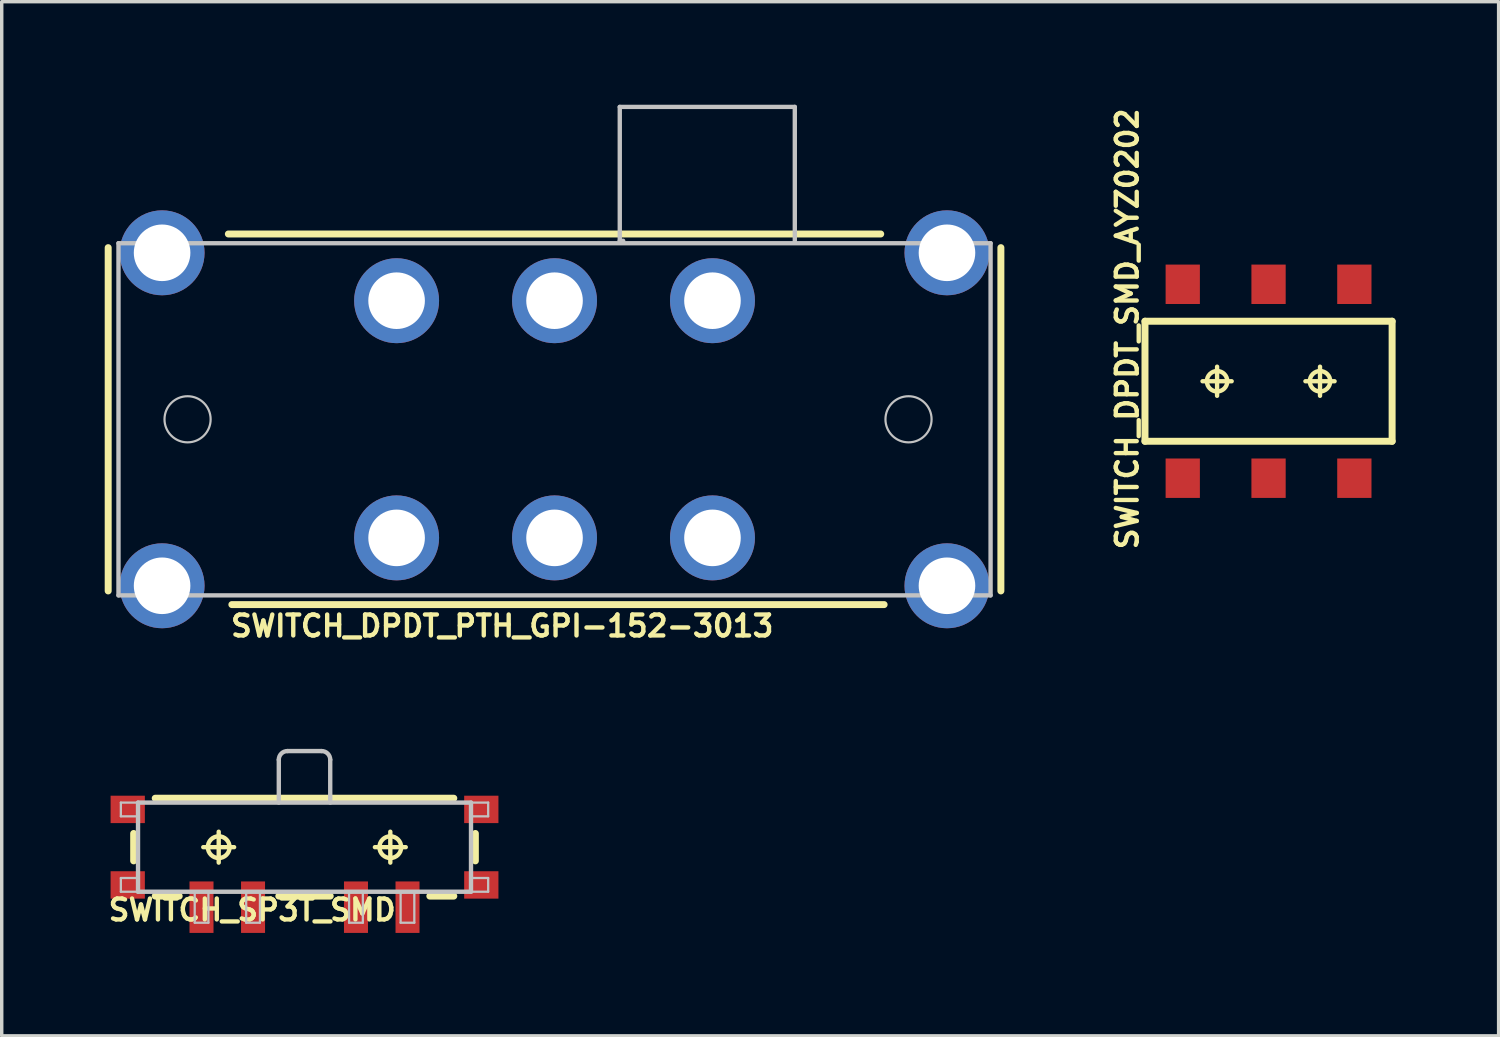
<source format=kicad_pcb>
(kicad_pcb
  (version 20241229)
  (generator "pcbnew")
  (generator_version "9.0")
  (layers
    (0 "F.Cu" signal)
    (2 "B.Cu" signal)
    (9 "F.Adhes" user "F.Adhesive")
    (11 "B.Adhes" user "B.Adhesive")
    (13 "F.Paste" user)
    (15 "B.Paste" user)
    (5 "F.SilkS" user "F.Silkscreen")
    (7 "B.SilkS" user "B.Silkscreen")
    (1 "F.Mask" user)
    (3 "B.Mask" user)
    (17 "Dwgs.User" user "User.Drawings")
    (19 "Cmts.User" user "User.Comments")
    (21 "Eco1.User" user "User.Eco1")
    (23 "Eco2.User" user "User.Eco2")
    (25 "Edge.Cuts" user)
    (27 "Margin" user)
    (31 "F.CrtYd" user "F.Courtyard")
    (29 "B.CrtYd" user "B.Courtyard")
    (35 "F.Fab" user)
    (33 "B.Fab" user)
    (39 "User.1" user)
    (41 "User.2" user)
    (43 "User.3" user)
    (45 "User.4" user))
  (footprint "SWITCH_DPDT_SMD_AYZ0202"
    (layer "F.Cu")
    (at 33.897 8.054)
    (property "Reference" "SWITCH_DPDT_SMD_AYZ0202" (at -4.115 -1.524 90) (layer "F.SilkS") (effects (font (size 0.61 0.61) (thickness 0.127))))
    (attr smd)
    (fp_line (start -3.599 -1.748) (end -3.599 1.748) (stroke (width 0.203) (type solid)) (layer "F.SilkS"))
    (fp_line (start -3.599 1.748) (end 3.599 1.748) (stroke (width 0.203) (type solid)) (layer "F.SilkS"))
    (fp_line (start -1.923 0) (end -1.074 0) (stroke (width 0.127) (type solid)) (layer "F.SilkS"))
    (fp_line (start -1.499 0.424) (end -1.499 -0.424) (stroke (width 0.127) (type solid)) (layer "F.SilkS"))
    (fp_line (start 1.074 0) (end 1.923 0) (stroke (width 0.127) (type solid)) (layer "F.SilkS"))
    (fp_line (start 1.499 0.424) (end 1.499 -0.424) (stroke (width 0.127) (type solid)) (layer "F.SilkS"))
    (fp_line (start 3.599 -1.748) (end -3.599 -1.748) (stroke (width 0.203) (type solid)) (layer "F.SilkS"))
    (fp_line (start 3.599 1.748) (end 3.599 -1.748) (stroke (width 0.203) (type solid)) (layer "F.SilkS"))
    (fp_circle (center -1.499 0) (end -1.709 0.211) (stroke (width 0.127) (type solid)) (fill no) (layer "F.SilkS"))
    (fp_circle (center 1.499 0) (end 1.709 0.211) (stroke (width 0.127) (type solid)) (fill no) (layer "F.SilkS"))
    (pad "1" smd rect (at -2.499 -2.824) (size 0.998 1.148) (layers "F.Cu" "F.Mask" "F.Paste"))
    (pad "2" smd rect (at 0 -2.824) (size 0.998 1.148) (layers "F.Cu" "F.Mask" "F.Paste"))
    (pad "3" smd rect (at 2.499 -2.824) (size 0.998 1.148) (layers "F.Cu" "F.Mask" "F.Paste"))
    (pad "4" smd rect (at -2.499 2.824) (size 0.998 1.148) (layers "F.Cu" "F.Mask" "F.Paste"))
    (pad "5" smd rect (at 0 2.824) (size 0.998 1.148) (layers "F.Cu" "F.Mask" "F.Paste"))
    (pad "6" smd rect (at 2.499 2.824) (size 0.998 1.148) (layers "F.Cu" "F.Mask" "F.Paste")))
  (footprint "SWITCH_DPDT_PTH_GPI-152-3013"
    (layer "F.Cu")
    (at 13.101 9.162)
    (property "Reference" "SWITCH_DPDT_PTH_GPI-152-3013" (at -1.524 6.02 180) (layer "F.SilkS") (effects (font (size 0.61 0.61) (thickness 0.127))))
    (attr exclude_from_pos_files exclude_from_bom)
    (fp_line (start -13 -4.999) (end -13 4.999) (stroke (width 0.203) (type solid)) (layer "F.SilkS"))
    (fp_line (start -9.5 -5.397) (end 9.5 -5.397) (stroke (width 0.203) (type solid)) (layer "F.SilkS"))
    (fp_line (start -9.398 5.397) (end 9.599 5.397) (stroke (width 0.203) (type solid)) (layer "F.SilkS"))
    (fp_line (start 13 -4.999) (end 13 4.999) (stroke (width 0.203) (type solid)) (layer "F.SilkS"))
    (fp_line (start -12.7 -5.128) (end -12.7 5.128) (stroke (width 0.127) (type solid)) (layer "Dwgs.User"))
    (fp_line (start -12.7 5.128) (end 12.7 5.128) (stroke (width 0.127) (type solid)) (layer "Dwgs.User"))
    (fp_line (start 1.9 -9.098) (end 6.998 -9.098) (stroke (width 0.127) (type solid)) (layer "Dwgs.User"))
    (fp_line (start 1.9 -5.199) (end 1.9 -9.098) (stroke (width 0.127) (type solid)) (layer "Dwgs.User"))
    (fp_line (start 1.999 -5.199) (end 1.9 -5.199) (stroke (width 0.127) (type solid)) (layer "Dwgs.User"))
    (fp_line (start 6.998 -9.098) (end 6.998 -5.199) (stroke (width 0.127) (type solid)) (layer "Dwgs.User"))
    (fp_line (start 12.7 -5.128) (end -12.7 -5.128) (stroke (width 0.127) (type solid)) (layer "Dwgs.User"))
    (fp_line (start 12.7 5.128) (end 12.7 -5.128) (stroke (width 0.127) (type solid)) (layer "Dwgs.User"))
    (fp_circle (center -10.688 0) (end -11.163 0.475) (stroke (width 0.064) (type solid)) (fill no) (layer "Dwgs.User"))
    (fp_circle (center 10.31 0) (end 10.785 0.475) (stroke (width 0.064) (type solid)) (fill no) (layer "Dwgs.User"))
    (pad "10" thru_hole circle (at -4.6 -3.454) (size 2.474 2.474) (drill 1.648) (layers "*.Cu" "*.Paste" "*.Mask"))
    (pad "11" thru_hole circle (at -4.6 3.454) (size 2.474 2.474) (drill 1.648) (layers "*.Cu" "*.Paste" "*.Mask"))
    (pad "20" thru_hole circle (at 4.6 -3.454) (size 2.474 2.474) (drill 1.648) (layers "*.Cu" "*.Paste" "*.Mask"))
    (pad "21" thru_hole circle (at 4.6 3.454) (size 2.474 2.474) (drill 1.648) (layers "*.Cu" "*.Paste" "*.Mask"))
    (pad "C@1" thru_hole circle (at 0 -3.454) (size 2.474 2.474) (drill 1.648) (layers "*.Cu" "*.Paste" "*.Mask"))
    (pad "C@2" thru_hole circle (at 0 3.454) (size 2.474 2.474) (drill 1.648) (layers "*.Cu" "*.Paste" "*.Mask"))
    (pad "P$7" thru_hole circle (at 11.43 -4.849) (size 2.474 2.474) (drill 1.648) (layers "*.Cu" "*.Paste" "*.Mask"))
    (pad "P$8" thru_hole circle (at -11.43 -4.849) (size 2.474 2.474) (drill 1.648) (layers "*.Cu" "*.Paste" "*.Mask"))
    (pad "P$9" thru_hole circle (at -11.43 4.849) (size 2.474 2.474) (drill 1.648) (layers "*.Cu" "*.Paste" "*.Mask"))
    (pad "P$10" thru_hole circle (at 11.43 4.849) (size 2.474 2.474) (drill 1.648) (layers "*.Cu" "*.Paste" "*.Mask")))
  (footprint "SWITCH_SP3T_SMD"
    (layer "F.Cu")
    (at 5.819 21.624)
    (property "Reference" "SWITCH_SP3T_SMD" (at -1.524 1.829 180) (layer "F.SilkS") (effects (font (size 0.61 0.61) (thickness 0.127))))
    (attr smd)
    (fp_line (start -4.976 0.399) (end -4.976 -0.399) (stroke (width 0.203) (type solid)) (layer "F.SilkS"))
    (fp_line (start -4.348 -1.425) (end 4.348 -1.425) (stroke (width 0.203) (type solid)) (layer "F.SilkS"))
    (fp_line (start -3.65 1.425) (end -4.348 1.425) (stroke (width 0.203) (type solid)) (layer "F.SilkS"))
    (fp_line (start -2.949 0) (end -2.05 0) (stroke (width 0.127) (type solid)) (layer "F.SilkS"))
    (fp_line (start -2.499 0.45) (end -2.499 -0.45) (stroke (width 0.127) (type solid)) (layer "F.SilkS"))
    (fp_line (start 0.749 1.425) (end -0.749 1.425) (stroke (width 0.203) (type solid)) (layer "F.SilkS"))
    (fp_line (start 2.05 0) (end 2.949 0) (stroke (width 0.127) (type solid)) (layer "F.SilkS"))
    (fp_line (start 2.499 0.45) (end 2.499 -0.45) (stroke (width 0.127) (type solid)) (layer "F.SilkS"))
    (fp_line (start 4.348 1.425) (end 3.65 1.425) (stroke (width 0.203) (type solid)) (layer "F.SilkS"))
    (fp_line (start 4.976 -0.399) (end 4.976 0.399) (stroke (width 0.203) (type solid)) (layer "F.SilkS"))
    (fp_circle (center -2.499 0) (end -2.723 0.224) (stroke (width 0.127) (type solid)) (fill no) (layer "F.SilkS"))
    (fp_circle (center 2.499 0) (end 2.723 0.224) (stroke (width 0.127) (type solid)) (fill no) (layer "F.SilkS"))
    (fp_line (start -5.349 -1.298) (end -4.849 -1.298) (stroke (width 0.066) (type solid)) (layer "Dwgs.User"))
    (fp_line (start -5.349 -0.899) (end -5.349 -1.298) (stroke (width 0.066) (type solid)) (layer "Dwgs.User"))
    (fp_line (start -5.349 -0.899) (end -4.849 -0.899) (stroke (width 0.066) (type solid)) (layer "Dwgs.User"))
    (fp_line (start -5.349 0.899) (end -4.849 0.899) (stroke (width 0.066) (type solid)) (layer "Dwgs.User"))
    (fp_line (start -5.349 1.298) (end -5.349 0.899) (stroke (width 0.066) (type solid)) (layer "Dwgs.User"))
    (fp_line (start -5.349 1.298) (end -4.849 1.298) (stroke (width 0.066) (type solid)) (layer "Dwgs.User"))
    (fp_line (start -4.849 -1.298) (end 4.849 -1.298) (stroke (width 0.127) (type solid)) (layer "Dwgs.User"))
    (fp_line (start -4.849 -0.899) (end -4.849 -1.298) (stroke (width 0.066) (type solid)) (layer "Dwgs.User"))
    (fp_line (start -4.849 1.298) (end -4.849 -1.298) (stroke (width 0.127) (type solid)) (layer "Dwgs.User"))
    (fp_line (start -4.849 1.298) (end -4.849 0.899) (stroke (width 0.066) (type solid)) (layer "Dwgs.User"))
    (fp_line (start -3.198 1.298) (end -2.799 1.298) (stroke (width 0.066) (type solid)) (layer "Dwgs.User"))
    (fp_line (start -3.198 2.2) (end -3.198 1.298) (stroke (width 0.066) (type solid)) (layer "Dwgs.User"))
    (fp_line (start -3.198 2.2) (end -2.799 2.2) (stroke (width 0.066) (type solid)) (layer "Dwgs.User"))
    (fp_line (start -2.799 2.2) (end -2.799 1.298) (stroke (width 0.066) (type solid)) (layer "Dwgs.User"))
    (fp_line (start -1.699 1.298) (end -1.298 1.298) (stroke (width 0.066) (type solid)) (layer "Dwgs.User"))
    (fp_line (start -1.699 2.2) (end -1.699 1.298) (stroke (width 0.066) (type solid)) (layer "Dwgs.User"))
    (fp_line (start -1.699 2.2) (end -1.298 2.2) (stroke (width 0.066) (type solid)) (layer "Dwgs.User"))
    (fp_line (start -1.298 2.2) (end -1.298 1.298) (stroke (width 0.066) (type solid)) (layer "Dwgs.User"))
    (fp_line (start -0.749 -2.548) (end -0.749 -1.298) (stroke (width 0.127) (type solid)) (layer "Dwgs.User"))
    (fp_line (start 0.498 -2.799) (end -0.498 -2.799) (stroke (width 0.127) (type solid)) (layer "Dwgs.User"))
    (fp_line (start 0.749 -1.298) (end 0.749 -2.548) (stroke (width 0.127) (type solid)) (layer "Dwgs.User"))
    (fp_line (start 1.298 1.298) (end 1.699 1.298) (stroke (width 0.066) (type solid)) (layer "Dwgs.User"))
    (fp_line (start 1.298 2.2) (end 1.298 1.298) (stroke (width 0.066) (type solid)) (layer "Dwgs.User"))
    (fp_line (start 1.298 2.2) (end 1.699 2.2) (stroke (width 0.066) (type solid)) (layer "Dwgs.User"))
    (fp_line (start 1.699 2.2) (end 1.699 1.298) (stroke (width 0.066) (type solid)) (layer "Dwgs.User"))
    (fp_line (start 2.799 1.298) (end 3.198 1.298) (stroke (width 0.066) (type solid)) (layer "Dwgs.User"))
    (fp_line (start 2.799 2.2) (end 2.799 1.298) (stroke (width 0.066) (type solid)) (layer "Dwgs.User"))
    (fp_line (start 2.799 2.2) (end 3.198 2.2) (stroke (width 0.066) (type solid)) (layer "Dwgs.User"))
    (fp_line (start 3.198 2.2) (end 3.198 1.298) (stroke (width 0.066) (type solid)) (layer "Dwgs.User"))
    (fp_line (start 4.849 -1.298) (end 4.849 1.298) (stroke (width 0.127) (type solid)) (layer "Dwgs.User"))
    (fp_line (start 4.849 -1.298) (end 5.349 -1.298) (stroke (width 0.066) (type solid)) (layer "Dwgs.User"))
    (fp_line (start 4.849 -0.899) (end 4.849 -1.298) (stroke (width 0.066) (type solid)) (layer "Dwgs.User"))
    (fp_line (start 4.849 -0.899) (end 5.349 -0.899) (stroke (width 0.066) (type solid)) (layer "Dwgs.User"))
    (fp_line (start 4.849 0.899) (end 5.349 0.899) (stroke (width 0.066) (type solid)) (layer "Dwgs.User"))
    (fp_line (start 4.849 1.298) (end -4.849 1.298) (stroke (width 0.127) (type solid)) (layer "Dwgs.User"))
    (fp_line (start 4.849 1.298) (end 4.849 0.899) (stroke (width 0.066) (type solid)) (layer "Dwgs.User"))
    (fp_line (start 4.849 1.298) (end 5.349 1.298) (stroke (width 0.066) (type solid)) (layer "Dwgs.User"))
    (fp_line (start 5.349 -0.899) (end 5.349 -1.298) (stroke (width 0.066) (type solid)) (layer "Dwgs.User"))
    (fp_line (start 5.349 1.298) (end 5.349 0.899) (stroke (width 0.066) (type solid)) (layer "Dwgs.User"))
    (fp_arc (start -0.7493 -2.54762) (mid -0.675649 -2.725429) (end -0.49784 -2.79908) (stroke (width 0.127) (type solid)) (layer "Dwgs.User"))
    (fp_arc (start 0.49784 -2.79908) (mid 0.675649 -2.725429) (end 0.7493 -2.54762) (stroke (width 0.127) (type solid)) (layer "Dwgs.User"))
    (pad "1" smd rect (at 3 1.748 180) (size 0.699 1.499) (layers "F.Cu" "F.Mask" "F.Paste"))
    (pad "2" smd rect (at 1.499 1.748 180) (size 0.699 1.499) (layers "F.Cu" "F.Mask" "F.Paste"))
    (pad "3" smd rect (at -1.499 1.748 180) (size 0.699 1.499) (layers "F.Cu" "F.Mask" "F.Paste"))
    (pad "4" smd rect (at -3 1.748 180) (size 0.699 1.499) (layers "F.Cu" "F.Mask" "F.Paste"))
    (pad "P$1" smd rect (at -5.149 1.1 180) (size 0.998 0.798) (layers "F.Cu" "F.Mask" "F.Paste"))
    (pad "P$2" smd rect (at -5.149 -1.1 180) (size 0.998 0.798) (layers "F.Cu" "F.Mask" "F.Paste"))
    (pad "P$3" smd rect (at 5.149 -1.1 180) (size 0.998 0.798) (layers "F.Cu" "F.Mask" "F.Paste"))
    (pad "P$4" smd rect (at 5.149 1.1 180) (size 0.998 0.798) (layers "F.Cu" "F.Mask" "F.Paste")))
  (gr_rect
    (start -3 -3)
    (end 40.598 27.12)
    (stroke (width 0.1) (type default))
    (fill no)
    (layer "Edge.Cuts")))
</source>
